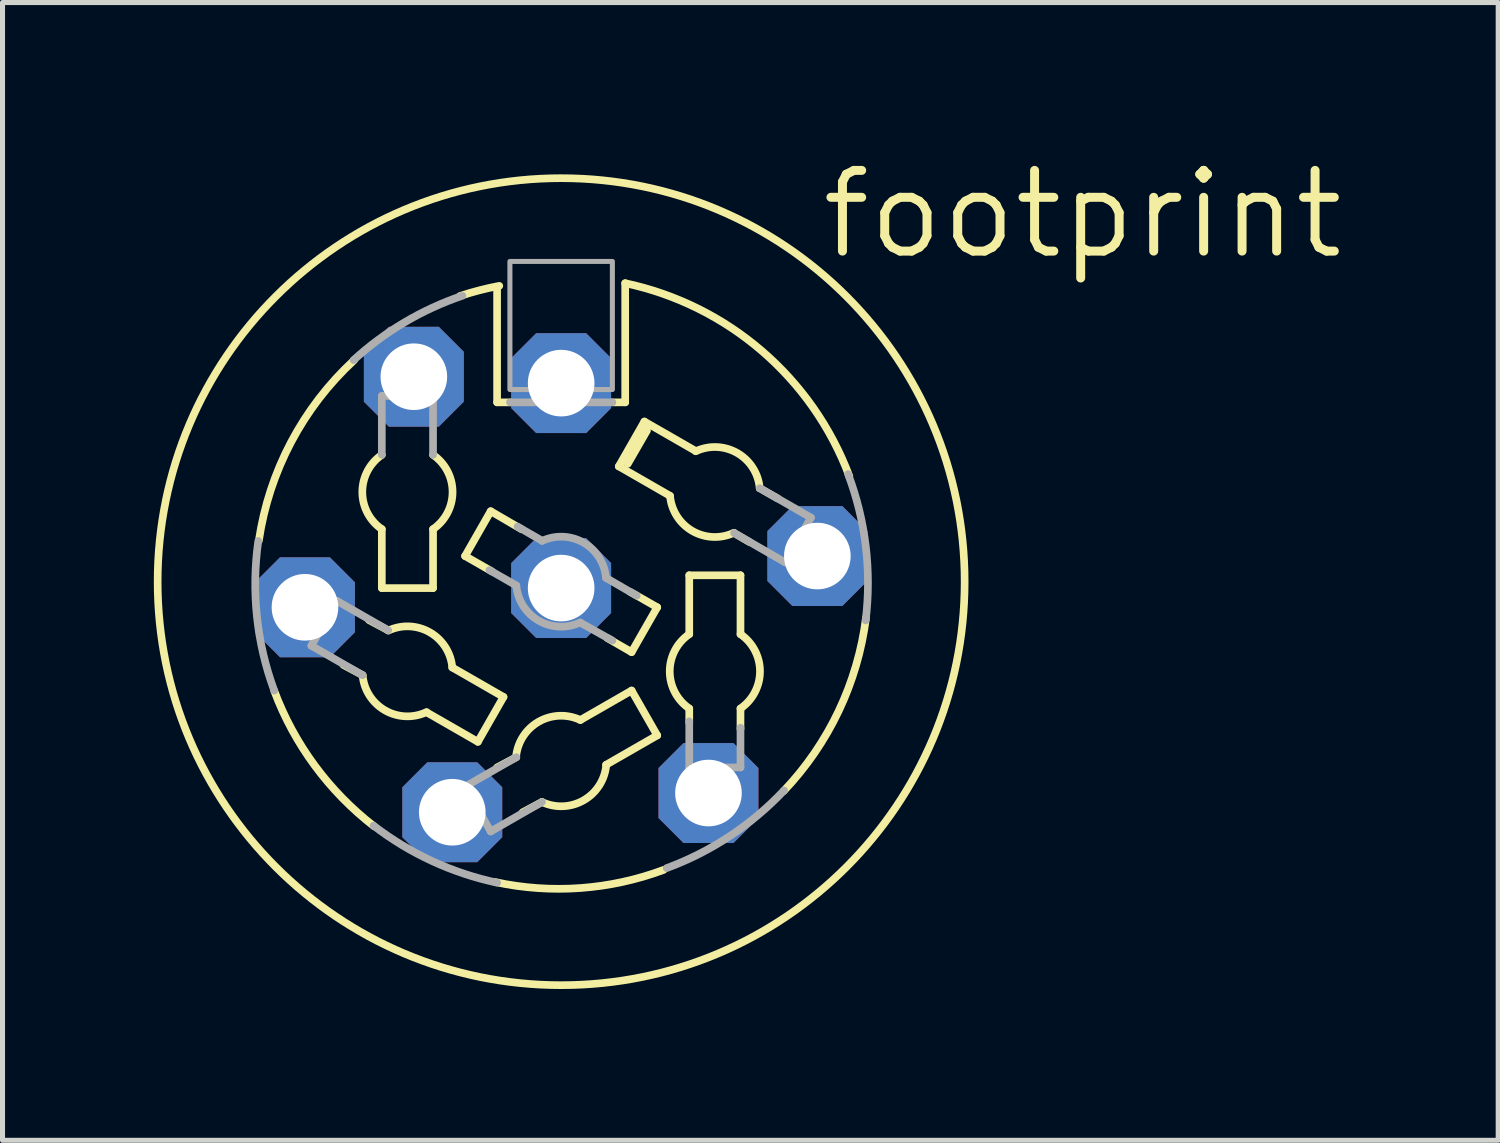
<source format=kicad_pcb>
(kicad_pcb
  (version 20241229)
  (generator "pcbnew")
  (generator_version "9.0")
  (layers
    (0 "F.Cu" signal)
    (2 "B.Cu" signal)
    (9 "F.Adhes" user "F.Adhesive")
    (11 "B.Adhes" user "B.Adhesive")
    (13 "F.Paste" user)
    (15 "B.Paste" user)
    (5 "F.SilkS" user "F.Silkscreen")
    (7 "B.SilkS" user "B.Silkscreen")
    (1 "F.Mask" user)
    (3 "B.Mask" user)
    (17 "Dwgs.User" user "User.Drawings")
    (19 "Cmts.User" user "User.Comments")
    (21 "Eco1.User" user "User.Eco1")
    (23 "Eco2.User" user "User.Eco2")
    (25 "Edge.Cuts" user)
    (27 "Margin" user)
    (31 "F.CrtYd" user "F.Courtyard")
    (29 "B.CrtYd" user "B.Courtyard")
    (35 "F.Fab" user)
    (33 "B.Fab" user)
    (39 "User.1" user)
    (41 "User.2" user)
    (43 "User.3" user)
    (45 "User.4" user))
  (footprint "footprint"
    (layer "F.Cu")
    (at 8.077 8.484)
    (property "Reference" "footprint" (at 5.08 -6.35 0) (layer "F.SilkS") (effects (font (size 1.6 1.6) (thickness 0.178)) (justify left bottom)))
    (fp_line (start -3.937 1.854) (end -4.318 1.651) (stroke (width 0.152) (type solid)) (layer "F.SilkS"))
    (fp_line (start -3.81 0.762) (end -3.429 0.965) (stroke (width 0.152) (type solid)) (layer "F.SilkS"))
    (fp_line (start -3.556 0.127) (end -3.556 -1.041) (stroke (width 0.152) (type solid)) (layer "F.SilkS"))
    (fp_line (start -2.54 -1.041) (end -2.54 0.127) (stroke (width 0.152) (type solid)) (layer "F.SilkS"))
    (fp_line (start -2.54 0.127) (end -3.556 0.127) (stroke (width 0.152) (type solid)) (layer "F.SilkS"))
    (fp_line (start -2.159 1.702) (end -1.143 2.286) (stroke (width 0.152) (type solid)) (layer "F.SilkS"))
    (fp_line (start -1.905 -0.508) (end -1.397 -1.397) (stroke (width 0.152) (type solid)) (layer "F.SilkS"))
    (fp_line (start -1.651 3.175) (end -2.667 2.591) (stroke (width 0.152) (type solid)) (layer "F.SilkS"))
    (fp_line (start -1.397 -1.397) (end -0.787 -1.041) (stroke (width 0.152) (type solid)) (layer "F.SilkS"))
    (fp_line (start -1.372 -0.203) (end -1.905 -0.508) (stroke (width 0.152) (type solid)) (layer "F.SilkS"))
    (fp_line (start -1.27 -5.842) (end -1.27 -3.556) (stroke (width 0.152) (type solid)) (layer "F.SilkS"))
    (fp_line (start -1.27 3.683) (end -0.889 3.48) (stroke (width 0.152) (type solid)) (layer "F.SilkS"))
    (fp_line (start -1.143 2.286) (end -1.651 3.175) (stroke (width 0.152) (type solid)) (layer "F.SilkS"))
    (fp_line (start -1.016 -3.556) (end -1.27 -3.556) (stroke (width 0.152) (type solid)) (layer "F.SilkS"))
    (fp_line (start -0.381 4.369) (end -0.762 4.572) (stroke (width 0.152) (type solid)) (layer "F.SilkS"))
    (fp_line (start 0.381 2.743) (end 1.397 2.159) (stroke (width 0.152) (type solid)) (layer "F.SilkS"))
    (fp_line (start 1.143 -2.286) (end 1.651 -3.175) (stroke (width 0.152) (type solid)) (layer "F.SilkS"))
    (fp_line (start 1.27 -3.556) (end 1.016 -3.556) (stroke (width 0.152) (type solid)) (layer "F.SilkS"))
    (fp_line (start 1.27 -3.556) (end 1.27 -5.918) (stroke (width 0.152) (type solid)) (layer "F.SilkS"))
    (fp_line (start 1.321 -2.337) (end 1.702 -2.997) (stroke (width 0.152) (type solid)) (layer "F.SilkS"))
    (fp_line (start 1.372 0.203) (end 1.905 0.508) (stroke (width 0.152) (type solid)) (layer "F.SilkS"))
    (fp_line (start 1.397 1.397) (end 0.914 1.118) (stroke (width 0.152) (type solid)) (layer "F.SilkS"))
    (fp_line (start 1.397 2.159) (end 1.905 3.048) (stroke (width 0.152) (type solid)) (layer "F.SilkS"))
    (fp_line (start 1.651 -3.175) (end 2.667 -2.591) (stroke (width 0.152) (type solid)) (layer "F.SilkS"))
    (fp_line (start 1.905 0.508) (end 1.397 1.397) (stroke (width 0.152) (type solid)) (layer "F.SilkS"))
    (fp_line (start 1.905 3.048) (end 0.889 3.632) (stroke (width 0.152) (type solid)) (layer "F.SilkS"))
    (fp_line (start 2.159 -1.702) (end 1.143 -2.286) (stroke (width 0.152) (type solid)) (layer "F.SilkS"))
    (fp_line (start 2.54 -0.127) (end 3.556 -0.127) (stroke (width 0.152) (type solid)) (layer "F.SilkS"))
    (fp_line (start 2.54 1.041) (end 2.54 -0.127) (stroke (width 0.152) (type solid)) (layer "F.SilkS"))
    (fp_line (start 2.54 2.794) (end 2.54 2.515) (stroke (width 0.152) (type solid)) (layer "F.SilkS"))
    (fp_line (start 3.556 -0.127) (end 3.556 1.041) (stroke (width 0.152) (type solid)) (layer "F.SilkS"))
    (fp_line (start 3.556 2.515) (end 3.556 2.921) (stroke (width 0.152) (type solid)) (layer "F.SilkS"))
    (fp_line (start 3.734 -0.787) (end 3.429 -0.965) (stroke (width 0.152) (type solid)) (layer "F.SilkS"))
    (fp_line (start 3.937 -1.854) (end 4.293 -1.651) (stroke (width 0.152) (type solid)) (layer "F.SilkS"))
    (fp_arc (start -5.9944 -0.8128) (mid -5.355503 -2.765458) (end -4.1032 -4.394199) (stroke (width 0.1524) (type solid)) (layer "F.SilkS"))
    (fp_arc (start -3.7083 4.8513) (mid -4.885821 3.646243) (end -5.6889 2.1651) (stroke (width 0.1524) (type solid)) (layer "F.SilkS"))
    (fp_arc (start -3.555999 -1.041399) (mid -3.942785 -1.777999) (end -3.556 -2.5146) (stroke (width 0.1524) (type solid)) (layer "F.SilkS"))
    (fp_arc (start -3.4267 0.9701) (mid -2.601962 1.005228) (end -2.159 1.701799) (stroke (width 0.1524) (type solid)) (layer "F.SilkS"))
    (fp_arc (start -2.669299 2.5859) (mid -3.494038 2.550771) (end -3.937 1.8542) (stroke (width 0.1524) (type solid)) (layer "F.SilkS"))
    (fp_arc (start -2.54 -2.5146) (mid -2.153215 -1.778) (end -2.54 -1.0414) (stroke (width 0.1524) (type solid)) (layer "F.SilkS"))
    (fp_arc (start -2.0066 -5.6642) (mid -1.620388 -5.777769) (end -1.2275 -5.8655) (stroke (width 0.1524) (type solid)) (layer "F.SilkS"))
    (fp_arc (start -0.8944 3.4793) (mid -0.448732 2.778526) (end 0.381 2.743198) (stroke (width 0.1524) (type solid)) (layer "F.SilkS"))
    (fp_arc (start 0.894399 3.632699) (mid 0.448731 4.333472) (end -0.381 4.3688) (stroke (width 0.1524) (type solid)) (layer "F.SilkS"))
    (fp_arc (start 1.27 -5.9182) (mid 3.981703 -4.573874) (end 5.714 -2.092001) (stroke (width 0.1524) (type solid)) (layer "F.SilkS"))
    (fp_arc (start 2.032 5.715) (mid 0.377411 6.075137) (end -1.3117 5.9557) (stroke (width 0.1524) (type solid)) (layer "F.SilkS"))
    (fp_arc (start 2.54 2.5146) (mid 2.153215 1.778) (end 2.54 1.0414) (stroke (width 0.1524) (type solid)) (layer "F.SilkS"))
    (fp_arc (start 2.6693 -2.5859) (mid 3.494038 -2.550771) (end 3.937 -1.854199) (stroke (width 0.1524) (type solid)) (layer "F.SilkS"))
    (fp_arc (start 3.426699 -0.9701) (mid 2.601962 -1.005229) (end 2.159 -1.7018) (stroke (width 0.1524) (type solid)) (layer "F.SilkS"))
    (fp_arc (start 3.555999 1.041399) (mid 3.942785 1.777999) (end 3.556 2.5146) (stroke (width 0.1524) (type solid)) (layer "F.SilkS"))
    (fp_arc (start 6.045199 0.7112) (mid 5.50435 2.5621) (end 4.4122 4.1513) (stroke (width 0.1524) (type solid)) (layer "F.SilkS"))
    (fp_circle (center 0 0) (end 8.001 0) (stroke (width 0.152) (type solid)) (fill no) (layer "F.SilkS"))
    (fp_line (start -4.953 1.27) (end -4.445 0.381) (stroke (width 0.152) (type solid)) (layer "F.Fab"))
    (fp_line (start -4.445 0.381) (end -3.429 0.965) (stroke (width 0.152) (type solid)) (layer "F.Fab"))
    (fp_line (start -3.937 1.854) (end -4.953 1.27) (stroke (width 0.152) (type solid)) (layer "F.Fab"))
    (fp_line (start -3.556 -3.683) (end -2.54 -3.683) (stroke (width 0.152) (type solid)) (layer "F.Fab"))
    (fp_line (start -3.556 -2.515) (end -3.556 -3.683) (stroke (width 0.152) (type solid)) (layer "F.Fab"))
    (fp_line (start -2.54 -3.683) (end -2.54 -2.515) (stroke (width 0.152) (type solid)) (layer "F.Fab"))
    (fp_line (start -1.905 4.064) (end -0.889 3.48) (stroke (width 0.152) (type solid)) (layer "F.Fab"))
    (fp_line (start -1.397 4.953) (end -1.905 4.064) (stroke (width 0.152) (type solid)) (layer "F.Fab"))
    (fp_line (start -1.016 -3.556) (end 1.016 -3.556) (stroke (width 0.152) (type solid)) (layer "F.Fab"))
    (fp_line (start -0.889 0.076) (end -1.422 -0.229) (stroke (width 0.152) (type solid)) (layer "F.Fab"))
    (fp_line (start -0.864 -1.092) (end -0.381 -0.813) (stroke (width 0.152) (type solid)) (layer "F.Fab"))
    (fp_line (start -0.381 4.369) (end -1.397 4.953) (stroke (width 0.152) (type solid)) (layer "F.Fab"))
    (fp_line (start 0.889 -0.076) (end 1.499 0.279) (stroke (width 0.152) (type solid)) (layer "F.Fab"))
    (fp_line (start 1.016 1.168) (end 0.381 0.813) (stroke (width 0.152) (type solid)) (layer "F.Fab"))
    (fp_line (start 2.54 3.683) (end 2.54 2.769) (stroke (width 0.152) (type solid)) (layer "F.Fab"))
    (fp_line (start 3.556 2.896) (end 3.556 3.683) (stroke (width 0.152) (type solid)) (layer "F.Fab"))
    (fp_line (start 3.556 3.683) (end 2.54 3.683) (stroke (width 0.152) (type solid)) (layer "F.Fab"))
    (fp_line (start 3.937 -1.854) (end 4.953 -1.27) (stroke (width 0.152) (type solid)) (layer "F.Fab"))
    (fp_line (start 4.445 -0.381) (end 3.429 -0.965) (stroke (width 0.152) (type solid)) (layer "F.Fab"))
    (fp_line (start 4.953 -1.27) (end 4.445 -0.381) (stroke (width 0.152) (type solid)) (layer "F.Fab"))
    (fp_arc (start -5.6895 2.159) (mid -6.031787 0.695684) (end -6.0054 -0.8069) (stroke (width 0.1524) (type solid)) (layer "F.Fab"))
    (fp_arc (start -4.1148 -4.3942) (mid -3.102582 -5.144164) (end -1.9578 -5.67) (stroke (width 0.1524) (type solid)) (layer "F.Fab"))
    (fp_arc (start -1.27 5.969) (mid -2.558773 5.540267) (end -3.7208 4.8371) (stroke (width 0.1524) (type solid)) (layer "F.Fab"))
    (fp_arc (start -0.3787 -0.8079) (mid 0.446038 -0.772771) (end 0.889 -0.076199) (stroke (width 0.1524) (type solid)) (layer "F.Fab"))
    (fp_arc (start 0.378701 0.8079) (mid -0.446038 0.772771) (end -0.889 0.0762) (stroke (width 0.1524) (type solid)) (layer "F.Fab"))
    (fp_arc (start 4.4196 4.1402) (mid 3.345063 5.044542) (end 2.0924 5.6796) (stroke (width 0.1524) (type solid)) (layer "F.Fab"))
    (fp_arc (start 5.6896 -2.1336) (mid 6.040101 -0.70402) (end 6.0385 0.7679) (stroke (width 0.1524) (type solid)) (layer "F.Fab"))
    (fp_poly (pts (xy -1.016 -3.81) (xy 1.016 -3.81) (xy 1.016 -6.35) (xy -1.016 -6.35)) (stroke (width 0.1) (type solid)) (fill no) (layer "F.Fab"))
    (pad "1" thru_hole roundrect (at 5.08 -0.508) (size 1.981 1.981) (drill 1.321) (layers "*.Cu" "*.Mask") (roundrect_rratio 0.25) (chamfer_ratio 0.25) (chamfer top_left top_right bottom_left bottom_right))
    (pad "2" thru_hole roundrect (at 2.921 4.191) (size 1.981 1.981) (drill 1.321) (layers "*.Cu" "*.Mask") (roundrect_rratio 0.25) (chamfer_ratio 0.25) (chamfer top_left top_right bottom_left bottom_right))
    (pad "3" thru_hole roundrect (at -2.159 4.572) (size 1.981 1.981) (drill 1.321) (layers "*.Cu" "*.Mask") (roundrect_rratio 0.25) (chamfer_ratio 0.25) (chamfer top_left top_right bottom_left bottom_right))
    (pad "4" thru_hole roundrect (at -5.08 0.508) (size 1.981 1.981) (drill 1.321) (layers "*.Cu" "*.Mask") (roundrect_rratio 0.25) (chamfer_ratio 0.25) (chamfer top_left top_right bottom_left bottom_right))
    (pad "5" thru_hole roundrect (at -2.921 -4.064) (size 1.981 1.981) (drill 1.321) (layers "*.Cu" "*.Mask") (roundrect_rratio 0.25) (chamfer_ratio 0.25) (chamfer top_left top_right bottom_left bottom_right))
    (pad "6" thru_hole roundrect (at 0 0.127) (size 1.981 1.981) (drill 1.321) (layers "*.Cu" "*.Mask") (roundrect_rratio 0.25) (chamfer_ratio 0.25) (chamfer top_left top_right bottom_left bottom_right))
    (pad "PE" thru_hole roundrect (at 0 -3.937) (size 1.981 1.981) (drill 1.321) (layers "*.Cu" "*.Mask") (roundrect_rratio 0.25) (chamfer_ratio 0.25) (chamfer top_left top_right bottom_left bottom_right)))
  (gr_rect
    (start -3 -3)
    (end 26.658 19.561)
    (stroke (width 0.1) (type default))
    (fill no)
    (layer "Edge.Cuts")))
</source>
